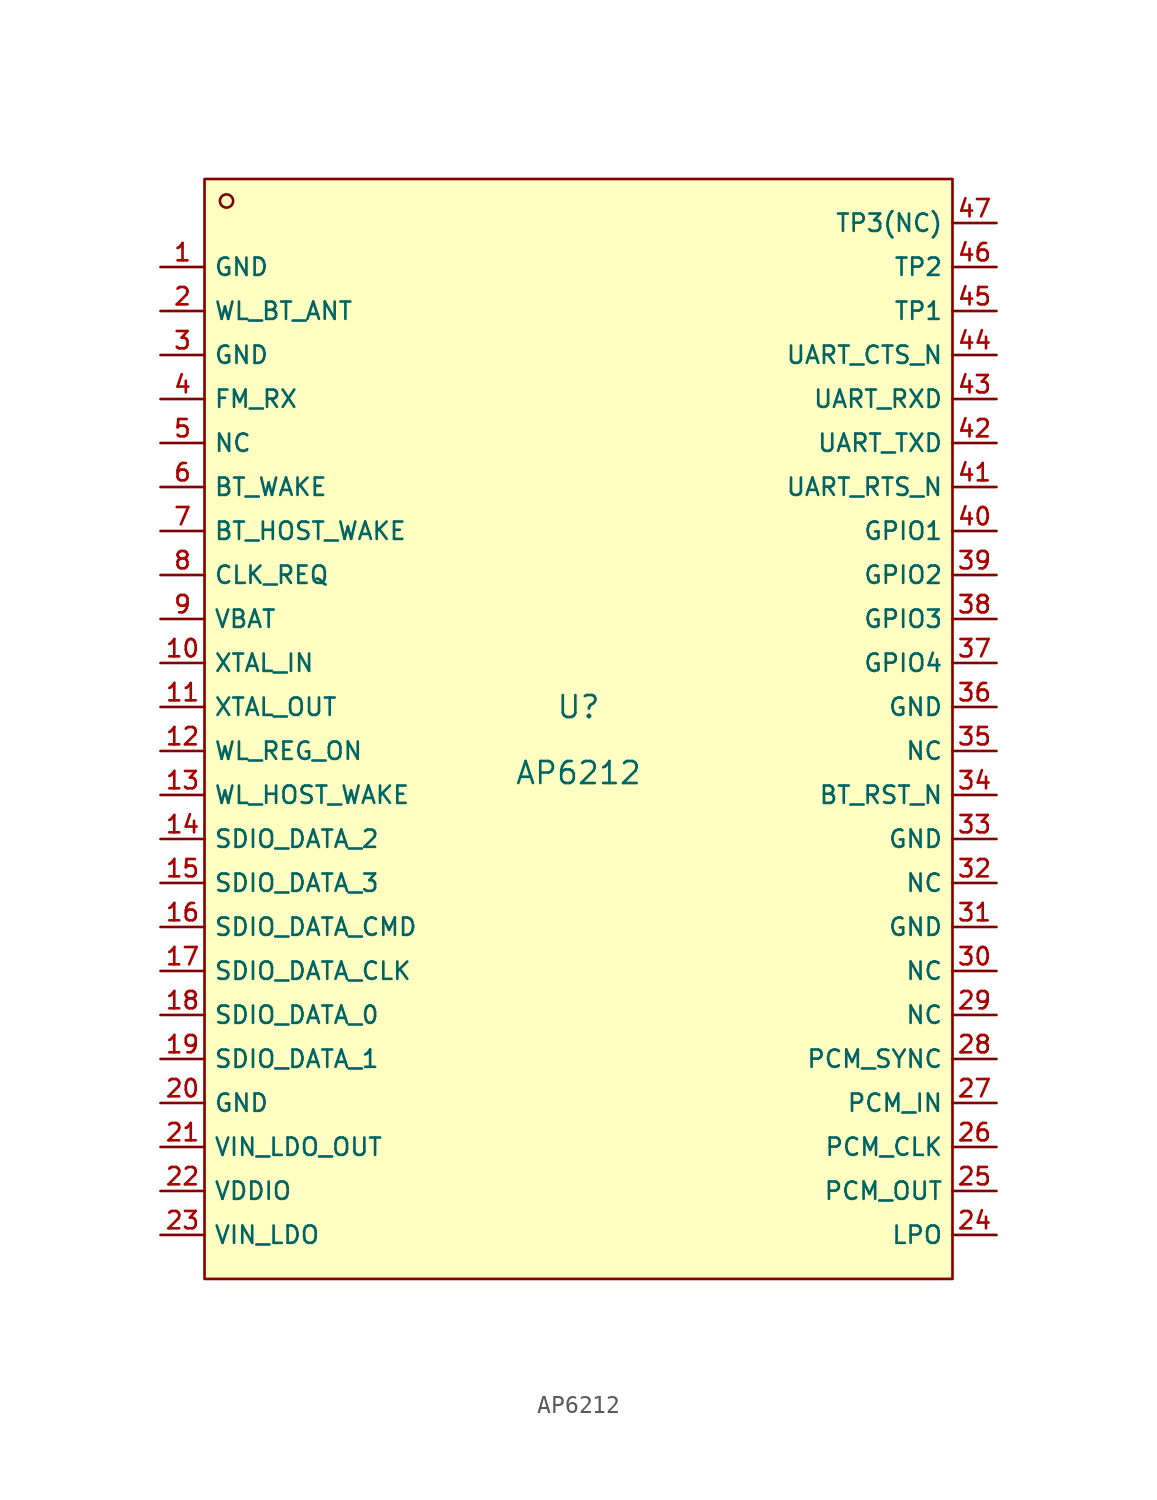
<source format=kicad_sym>
(kicad_symbol_lib
  (version 20210201)
  (generator TousstNicolas/JLC2KiCad_lib)
  (symbol "AP6212"
    (property "Reference" "U"
      (at 0 1.27 0)
      (effects (font (size 1.27 1.27))))
    (property "Value" "AP6212"
      (at 0 -2.54 0)
      (effects (font (size 1.27 1.27))))
    (symbol "AP6212_0_1"
      (rectangle (start -21.59 31.75) (end 21.59 -31.75) (stroke (width 0) (type default) (color 0 0 0 0)) (fill (type background)))
      (circle (center -20.32 30.48) (radius 0.381) (stroke (width 0) (type default) (color 0 0 0 0)) (fill (type background)))
      (pin unspecified line (at -24.13 26.67 0) (length 2.54) (name "GND" (effects (font (size 1 1)))) (number "1" (effects (font (size 1 1)))))
      (pin unspecified line (at -24.13 24.13 0) (length 2.54) (name "WL_BT_ANT" (effects (font (size 1 1)))) (number "2" (effects (font (size 1 1)))))
      (pin unspecified line (at -24.13 21.59 0) (length 2.54) (name "GND" (effects (font (size 1 1)))) (number "3" (effects (font (size 1 1)))))
      (pin unspecified line (at -24.13 19.05 0) (length 2.54) (name "FM_RX" (effects (font (size 1 1)))) (number "4" (effects (font (size 1 1)))))
      (pin unspecified line (at -24.13 16.51 0) (length 2.54) (name "NC" (effects (font (size 1 1)))) (number "5" (effects (font (size 1 1)))))
      (pin unspecified line (at -24.13 13.97 0) (length 2.54) (name "BT_WAKE" (effects (font (size 1 1)))) (number "6" (effects (font (size 1 1)))))
      (pin unspecified line (at -24.13 11.43 0) (length 2.54) (name "BT_HOST_WAKE" (effects (font (size 1 1)))) (number "7" (effects (font (size 1 1)))))
      (pin unspecified line (at -24.13 8.89 0) (length 2.54) (name "CLK_REQ" (effects (font (size 1 1)))) (number "8" (effects (font (size 1 1)))))
      (pin unspecified line (at -24.13 6.35 0) (length 2.54) (name "VBAT" (effects (font (size 1 1)))) (number "9" (effects (font (size 1 1)))))
      (pin unspecified line (at -24.13 3.81 0) (length 2.54) (name "XTAL_IN" (effects (font (size 1 1)))) (number "10" (effects (font (size 1 1)))))
      (pin unspecified line (at -24.13 1.27 0) (length 2.54) (name "XTAL_OUT" (effects (font (size 1 1)))) (number "11" (effects (font (size 1 1)))))
      (pin unspecified line (at -24.13 -1.27 0) (length 2.54) (name "WL_REG_ON" (effects (font (size 1 1)))) (number "12" (effects (font (size 1 1)))))
      (pin unspecified line (at -24.13 -3.81 0) (length 2.54) (name "WL_HOST_WAKE" (effects (font (size 1 1)))) (number "13" (effects (font (size 1 1)))))
      (pin unspecified line (at -24.13 -6.35 0) (length 2.54) (name "SDIO_DATA_2" (effects (font (size 1 1)))) (number "14" (effects (font (size 1 1)))))
      (pin unspecified line (at -24.13 -8.89 0) (length 2.54) (name "SDIO_DATA_3" (effects (font (size 1 1)))) (number "15" (effects (font (size 1 1)))))
      (pin unspecified line (at -24.13 -11.43 0) (length 2.54) (name "SDIO_DATA_CMD" (effects (font (size 1 1)))) (number "16" (effects (font (size 1 1)))))
      (pin unspecified line (at -24.13 -13.97 0) (length 2.54) (name "SDIO_DATA_CLK" (effects (font (size 1 1)))) (number "17" (effects (font (size 1 1)))))
      (pin unspecified line (at -24.13 -16.51 0) (length 2.54) (name "SDIO_DATA_0" (effects (font (size 1 1)))) (number "18" (effects (font (size 1 1)))))
      (pin unspecified line (at -24.13 -19.05 0) (length 2.54) (name "SDIO_DATA_1" (effects (font (size 1 1)))) (number "19" (effects (font (size 1 1)))))
      (pin unspecified line (at -24.13 -21.59 0) (length 2.54) (name "GND" (effects (font (size 1 1)))) (number "20" (effects (font (size 1 1)))))
      (pin unspecified line (at -24.13 -24.13 0) (length 2.54) (name "VIN_LDO_OUT" (effects (font (size 1 1)))) (number "21" (effects (font (size 1 1)))))
      (pin unspecified line (at -24.13 -26.67 0) (length 2.54) (name "VDDIO" (effects (font (size 1 1)))) (number "22" (effects (font (size 1 1)))))
      (pin unspecified line (at -24.13 -29.21 0) (length 2.54) (name "VIN_LDO" (effects (font (size 1 1)))) (number "23" (effects (font (size 1 1)))))
      (pin unspecified line (at 24.13 -29.21 180) (length 2.54) (name "LPO" (effects (font (size 1 1)))) (number "24" (effects (font (size 1 1)))))
      (pin unspecified line (at 24.13 -26.67 180) (length 2.54) (name "PCM_OUT" (effects (font (size 1 1)))) (number "25" (effects (font (size 1 1)))))
      (pin unspecified line (at 24.13 -24.13 180) (length 2.54) (name "PCM_CLK" (effects (font (size 1 1)))) (number "26" (effects (font (size 1 1)))))
      (pin unspecified line (at 24.13 -21.59 180) (length 2.54) (name "PCM_IN" (effects (font (size 1 1)))) (number "27" (effects (font (size 1 1)))))
      (pin unspecified line (at 24.13 -19.05 180) (length 2.54) (name "PCM_SYNC" (effects (font (size 1 1)))) (number "28" (effects (font (size 1 1)))))
      (pin unspecified line (at 24.13 -16.51 180) (length 2.54) (name "NC" (effects (font (size 1 1)))) (number "29" (effects (font (size 1 1)))))
      (pin unspecified line (at 24.13 -13.97 180) (length 2.54) (name "NC" (effects (font (size 1 1)))) (number "30" (effects (font (size 1 1)))))
      (pin unspecified line (at 24.13 -11.43 180) (length 2.54) (name "GND" (effects (font (size 1 1)))) (number "31" (effects (font (size 1 1)))))
      (pin unspecified line (at 24.13 -8.89 180) (length 2.54) (name "NC" (effects (font (size 1 1)))) (number "32" (effects (font (size 1 1)))))
      (pin unspecified line (at 24.13 -6.35 180) (length 2.54) (name "GND" (effects (font (size 1 1)))) (number "33" (effects (font (size 1 1)))))
      (pin unspecified line (at 24.13 -3.81 180) (length 2.54) (name "BT_RST_N" (effects (font (size 1 1)))) (number "34" (effects (font (size 1 1)))))
      (pin unspecified line (at 24.13 -1.27 180) (length 2.54) (name "NC" (effects (font (size 1 1)))) (number "35" (effects (font (size 1 1)))))
      (pin unspecified line (at 24.13 1.27 180) (length 2.54) (name "GND" (effects (font (size 1 1)))) (number "36" (effects (font (size 1 1)))))
      (pin unspecified line (at 24.13 3.81 180) (length 2.54) (name "GPIO4" (effects (font (size 1 1)))) (number "37" (effects (font (size 1 1)))))
      (pin unspecified line (at 24.13 6.35 180) (length 2.54) (name "GPIO3" (effects (font (size 1 1)))) (number "38" (effects (font (size 1 1)))))
      (pin unspecified line (at 24.13 8.89 180) (length 2.54) (name "GPIO2" (effects (font (size 1 1)))) (number "39" (effects (font (size 1 1)))))
      (pin unspecified line (at 24.13 11.43 180) (length 2.54) (name "GPIO1" (effects (font (size 1 1)))) (number "40" (effects (font (size 1 1)))))
      (pin unspecified line (at 24.13 13.97 180) (length 2.54) (name "UART_RTS_N" (effects (font (size 1 1)))) (number "41" (effects (font (size 1 1)))))
      (pin unspecified line (at 24.13 16.51 180) (length 2.54) (name "UART_TXD" (effects (font (size 1 1)))) (number "42" (effects (font (size 1 1)))))
      (pin unspecified line (at 24.13 19.05 180) (length 2.54) (name "UART_RXD" (effects (font (size 1 1)))) (number "43" (effects (font (size 1 1)))))
      (pin unspecified line (at 24.13 21.59 180) (length 2.54) (name "UART_CTS_N" (effects (font (size 1 1)))) (number "44" (effects (font (size 1 1)))))
      (pin unspecified line (at 24.13 24.13 180) (length 2.54) (name "TP1" (effects (font (size 1 1)))) (number "45" (effects (font (size 1 1)))))
      (pin unspecified line (at 24.13 26.67 180) (length 2.54) (name "TP2" (effects (font (size 1 1)))) (number "46" (effects (font (size 1 1)))))
      (pin unspecified line (at 24.13 29.21 180) (length 2.54) (name "TP3(NC)" (effects (font (size 1 1)))) (number "47" (effects (font (size 1 1))))))))
</source>
